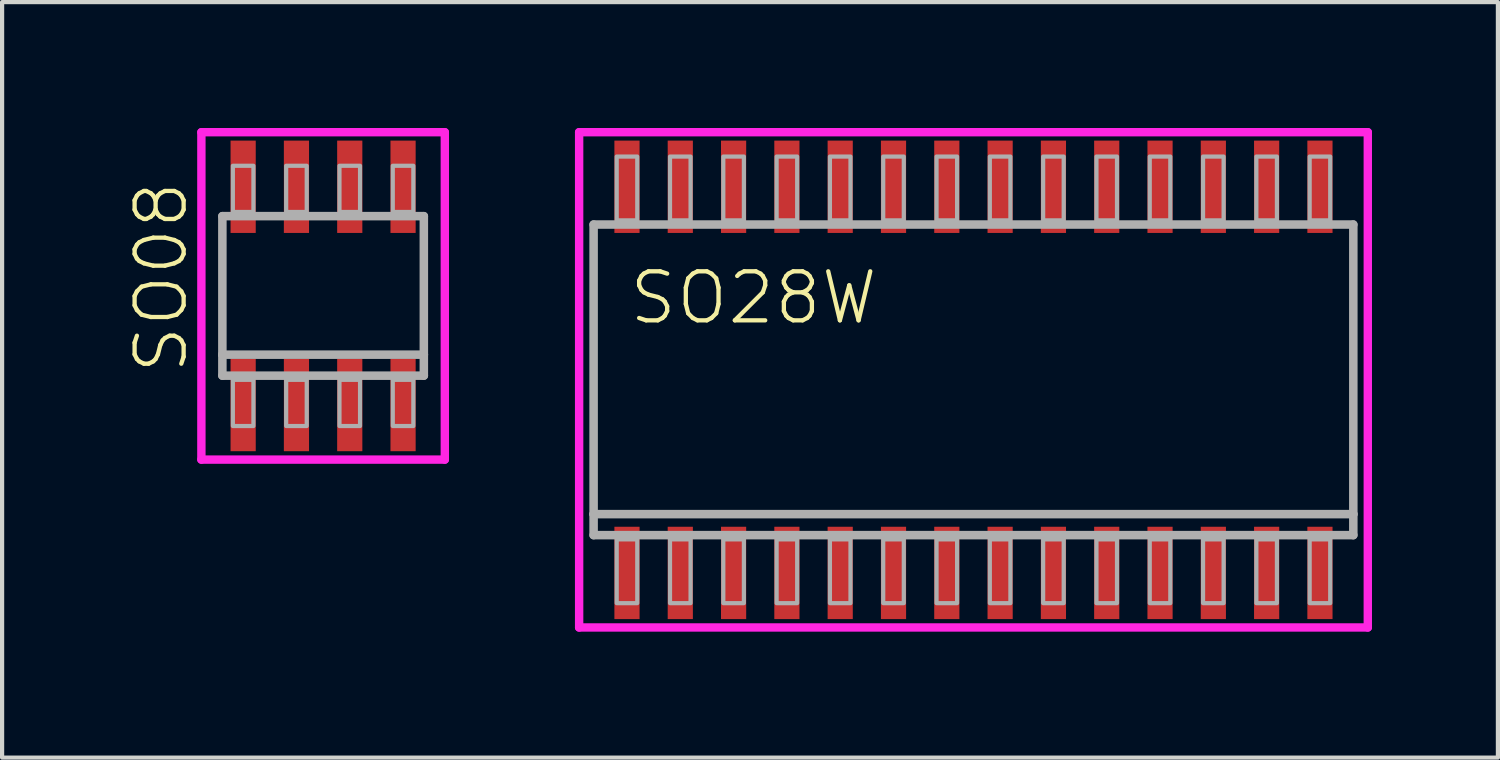
<source format=kicad_pcb>
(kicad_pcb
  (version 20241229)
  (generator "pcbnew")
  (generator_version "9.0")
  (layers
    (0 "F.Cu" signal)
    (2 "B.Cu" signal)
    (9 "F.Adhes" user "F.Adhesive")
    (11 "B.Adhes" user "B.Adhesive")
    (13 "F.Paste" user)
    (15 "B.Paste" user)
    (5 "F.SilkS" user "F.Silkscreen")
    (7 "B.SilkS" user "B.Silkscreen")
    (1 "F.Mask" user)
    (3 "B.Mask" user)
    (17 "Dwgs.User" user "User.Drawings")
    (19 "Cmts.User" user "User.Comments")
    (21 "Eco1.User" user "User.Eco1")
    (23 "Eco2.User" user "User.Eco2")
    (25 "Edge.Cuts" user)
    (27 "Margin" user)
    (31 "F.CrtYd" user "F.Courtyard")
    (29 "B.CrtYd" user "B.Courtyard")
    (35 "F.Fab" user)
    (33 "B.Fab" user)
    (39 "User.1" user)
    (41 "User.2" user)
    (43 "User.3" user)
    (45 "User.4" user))
  (footprint "SO28W"
    (layer "F.Cu")
    (at 20.143 6)
    (property "Reference" "SO28W" (at -8.255 -1.27 0) (unlocked yes) (layer "F.SilkS") (effects (font (size 1.168 1.168) (thickness 0.102)) (justify left bottom)))
    (fp_line (start -9.395 -5.9) (end 9.395 -5.9) (stroke (width 0.2) (type solid)) (layer "F.CrtYd"))
    (fp_line (start -9.395 5.9) (end -9.395 -5.9) (stroke (width 0.2) (type solid)) (layer "F.CrtYd"))
    (fp_line (start 9.395 -5.9) (end 9.395 5.9) (stroke (width 0.2) (type solid)) (layer "F.CrtYd"))
    (fp_line (start 9.395 5.9) (end -9.395 5.9) (stroke (width 0.2) (type solid)) (layer "F.CrtYd"))
    (fp_line (start -9.05 -3.7) (end 9.05 -3.7) (stroke (width 0.203) (type solid)) (layer "F.Fab"))
    (fp_line (start -9.05 3.2) (end -9.05 -3.7) (stroke (width 0.203) (type solid)) (layer "F.Fab"))
    (fp_line (start -9.05 3.7) (end -9.05 3.2) (stroke (width 0.203) (type solid)) (layer "F.Fab"))
    (fp_line (start 9.05 -3.7) (end 9.05 3.2) (stroke (width 0.203) (type solid)) (layer "F.Fab"))
    (fp_line (start 9.05 3.2) (end -9.05 3.2) (stroke (width 0.203) (type solid)) (layer "F.Fab"))
    (fp_line (start 9.05 3.2) (end 9.05 3.7) (stroke (width 0.203) (type solid)) (layer "F.Fab"))
    (fp_line (start 9.05 3.7) (end -9.05 3.7) (stroke (width 0.203) (type solid)) (layer "F.Fab"))
    (fp_poly (pts (xy -8.5 -3.8) (xy -8.01 -3.8) (xy -8.01 -5.32) (xy -8.5 -5.32)) (stroke (width 0.1) (type default)) (fill no) (layer "F.Fab"))
    (fp_poly (pts (xy -8.5 5.32) (xy -8.01 5.32) (xy -8.01 3.8) (xy -8.5 3.8)) (stroke (width 0.1) (type default)) (fill no) (layer "F.Fab"))
    (fp_poly (pts (xy -7.23 -3.8) (xy -6.74 -3.8) (xy -6.74 -5.32) (xy -7.23 -5.32)) (stroke (width 0.1) (type default)) (fill no) (layer "F.Fab"))
    (fp_poly (pts (xy -7.23 5.32) (xy -6.74 5.32) (xy -6.74 3.8) (xy -7.23 3.8)) (stroke (width 0.1) (type default)) (fill no) (layer "F.Fab"))
    (fp_poly (pts (xy -5.96 -3.8) (xy -5.47 -3.8) (xy -5.47 -5.32) (xy -5.96 -5.32)) (stroke (width 0.1) (type default)) (fill no) (layer "F.Fab"))
    (fp_poly (pts (xy -5.96 5.32) (xy -5.47 5.32) (xy -5.47 3.8) (xy -5.96 3.8)) (stroke (width 0.1) (type default)) (fill no) (layer "F.Fab"))
    (fp_poly (pts (xy -4.69 -3.8) (xy -4.2 -3.8) (xy -4.2 -5.32) (xy -4.69 -5.32)) (stroke (width 0.1) (type default)) (fill no) (layer "F.Fab"))
    (fp_poly (pts (xy -4.69 5.32) (xy -4.2 5.32) (xy -4.2 3.8) (xy -4.69 3.8)) (stroke (width 0.1) (type default)) (fill no) (layer "F.Fab"))
    (fp_poly (pts (xy -3.42 -3.8) (xy -2.93 -3.8) (xy -2.93 -5.32) (xy -3.42 -5.32)) (stroke (width 0.1) (type default)) (fill no) (layer "F.Fab"))
    (fp_poly (pts (xy -3.42 5.32) (xy -2.93 5.32) (xy -2.93 3.8) (xy -3.42 3.8)) (stroke (width 0.1) (type default)) (fill no) (layer "F.Fab"))
    (fp_poly (pts (xy -2.15 -3.8) (xy -1.66 -3.8) (xy -1.66 -5.32) (xy -2.15 -5.32)) (stroke (width 0.1) (type default)) (fill no) (layer "F.Fab"))
    (fp_poly (pts (xy -2.15 5.32) (xy -1.66 5.32) (xy -1.66 3.8) (xy -2.15 3.8)) (stroke (width 0.1) (type default)) (fill no) (layer "F.Fab"))
    (fp_poly (pts (xy -0.88 -3.8) (xy -0.39 -3.8) (xy -0.39 -5.32) (xy -0.88 -5.32)) (stroke (width 0.1) (type default)) (fill no) (layer "F.Fab"))
    (fp_poly (pts (xy -0.88 5.32) (xy -0.39 5.32) (xy -0.39 3.8) (xy -0.88 3.8)) (stroke (width 0.1) (type default)) (fill no) (layer "F.Fab"))
    (fp_poly (pts (xy 0.39 -3.8) (xy 0.88 -3.8) (xy 0.88 -5.32) (xy 0.39 -5.32)) (stroke (width 0.1) (type default)) (fill no) (layer "F.Fab"))
    (fp_poly (pts (xy 0.39 5.32) (xy 0.88 5.32) (xy 0.88 3.8) (xy 0.39 3.8)) (stroke (width 0.1) (type default)) (fill no) (layer "F.Fab"))
    (fp_poly (pts (xy 1.66 -3.8) (xy 2.15 -3.8) (xy 2.15 -5.32) (xy 1.66 -5.32)) (stroke (width 0.1) (type default)) (fill no) (layer "F.Fab"))
    (fp_poly (pts (xy 1.66 5.32) (xy 2.15 5.32) (xy 2.15 3.8) (xy 1.66 3.8)) (stroke (width 0.1) (type default)) (fill no) (layer "F.Fab"))
    (fp_poly (pts (xy 2.93 -3.8) (xy 3.42 -3.8) (xy 3.42 -5.32) (xy 2.93 -5.32)) (stroke (width 0.1) (type default)) (fill no) (layer "F.Fab"))
    (fp_poly (pts (xy 2.93 5.32) (xy 3.42 5.32) (xy 3.42 3.8) (xy 2.93 3.8)) (stroke (width 0.1) (type default)) (fill no) (layer "F.Fab"))
    (fp_poly (pts (xy 4.2 -3.8) (xy 4.69 -3.8) (xy 4.69 -5.32) (xy 4.2 -5.32)) (stroke (width 0.1) (type default)) (fill no) (layer "F.Fab"))
    (fp_poly (pts (xy 4.2 5.32) (xy 4.69 5.32) (xy 4.69 3.8) (xy 4.2 3.8)) (stroke (width 0.1) (type default)) (fill no) (layer "F.Fab"))
    (fp_poly (pts (xy 5.47 -3.8) (xy 5.96 -3.8) (xy 5.96 -5.32) (xy 5.47 -5.32)) (stroke (width 0.1) (type default)) (fill no) (layer "F.Fab"))
    (fp_poly (pts (xy 5.47 5.32) (xy 5.96 5.32) (xy 5.96 3.8) (xy 5.47 3.8)) (stroke (width 0.1) (type default)) (fill no) (layer "F.Fab"))
    (fp_poly (pts (xy 6.74 -3.8) (xy 7.23 -3.8) (xy 7.23 -5.32) (xy 6.74 -5.32)) (stroke (width 0.1) (type default)) (fill no) (layer "F.Fab"))
    (fp_poly (pts (xy 6.74 5.32) (xy 7.23 5.32) (xy 7.23 3.8) (xy 6.74 3.8)) (stroke (width 0.1) (type default)) (fill no) (layer "F.Fab"))
    (fp_poly (pts (xy 8.01 -3.8) (xy 8.5 -3.8) (xy 8.5 -5.32) (xy 8.01 -5.32)) (stroke (width 0.1) (type default)) (fill no) (layer "F.Fab"))
    (fp_poly (pts (xy 8.01 5.32) (xy 8.5 5.32) (xy 8.5 3.8) (xy 8.01 3.8)) (stroke (width 0.1) (type default)) (fill no) (layer "F.Fab"))
    (pad "1" smd rect (at -8.255 4.6) (size 0.6 2.2) (layers "F.Cu" "F.Mask" "F.Paste"))
    (pad "2" smd rect (at -6.985 4.6) (size 0.6 2.2) (layers "F.Cu" "F.Mask" "F.Paste"))
    (pad "3" smd rect (at -5.715 4.6) (size 0.6 2.2) (layers "F.Cu" "F.Mask" "F.Paste"))
    (pad "4" smd rect (at -4.445 4.6) (size 0.6 2.2) (layers "F.Cu" "F.Mask" "F.Paste"))
    (pad "5" smd rect (at -3.175 4.6) (size 0.6 2.2) (layers "F.Cu" "F.Mask" "F.Paste"))
    (pad "6" smd rect (at -1.905 4.6) (size 0.6 2.2) (layers "F.Cu" "F.Mask" "F.Paste"))
    (pad "7" smd rect (at -0.635 4.6) (size 0.6 2.2) (layers "F.Cu" "F.Mask" "F.Paste"))
    (pad "8" smd rect (at 0.635 4.6) (size 0.6 2.2) (layers "F.Cu" "F.Mask" "F.Paste"))
    (pad "9" smd rect (at 1.905 4.6) (size 0.6 2.2) (layers "F.Cu" "F.Mask" "F.Paste"))
    (pad "10" smd rect (at 3.175 4.6) (size 0.6 2.2) (layers "F.Cu" "F.Mask" "F.Paste"))
    (pad "11" smd rect (at 4.445 4.6) (size 0.6 2.2) (layers "F.Cu" "F.Mask" "F.Paste"))
    (pad "12" smd rect (at 5.715 4.6) (size 0.6 2.2) (layers "F.Cu" "F.Mask" "F.Paste"))
    (pad "13" smd rect (at 6.985 4.6) (size 0.6 2.2) (layers "F.Cu" "F.Mask" "F.Paste"))
    (pad "14" smd rect (at 8.255 4.6) (size 0.6 2.2) (layers "F.Cu" "F.Mask" "F.Paste"))
    (pad "15" smd rect (at 8.255 -4.6) (size 0.6 2.2) (layers "F.Cu" "F.Mask" "F.Paste"))
    (pad "16" smd rect (at 6.985 -4.6) (size 0.6 2.2) (layers "F.Cu" "F.Mask" "F.Paste"))
    (pad "17" smd rect (at 5.715 -4.6) (size 0.6 2.2) (layers "F.Cu" "F.Mask" "F.Paste"))
    (pad "18" smd rect (at 4.445 -4.6) (size 0.6 2.2) (layers "F.Cu" "F.Mask" "F.Paste"))
    (pad "19" smd rect (at 3.175 -4.6) (size 0.6 2.2) (layers "F.Cu" "F.Mask" "F.Paste"))
    (pad "20" smd rect (at 1.905 -4.6) (size 0.6 2.2) (layers "F.Cu" "F.Mask" "F.Paste"))
    (pad "21" smd rect (at 0.635 -4.6) (size 0.6 2.2) (layers "F.Cu" "F.Mask" "F.Paste"))
    (pad "22" smd rect (at -0.635 -4.6) (size 0.6 2.2) (layers "F.Cu" "F.Mask" "F.Paste"))
    (pad "23" smd rect (at -1.905 -4.6) (size 0.6 2.2) (layers "F.Cu" "F.Mask" "F.Paste"))
    (pad "24" smd rect (at -3.175 -4.6) (size 0.6 2.2) (layers "F.Cu" "F.Mask" "F.Paste"))
    (pad "25" smd rect (at -4.445 -4.6) (size 0.6 2.2) (layers "F.Cu" "F.Mask" "F.Paste"))
    (pad "26" smd rect (at -5.715 -4.6) (size 0.6 2.2) (layers "F.Cu" "F.Mask" "F.Paste"))
    (pad "27" smd rect (at -6.985 -4.6) (size 0.6 2.2) (layers "F.Cu" "F.Mask" "F.Paste"))
    (pad "28" smd rect (at -8.255 -4.6) (size 0.6 2.2) (layers "F.Cu" "F.Mask" "F.Paste")))
  (footprint "SO08"
    (layer "F.Cu")
    (at 4.648 4)
    (property "Reference" "SO08" (at -3.175 1.905 90) (unlocked yes) (layer "F.SilkS") (effects (font (size 1.168 1.168) (thickness 0.102)) (justify left bottom)))
    (fp_line (start -2.9 -3.9) (end 2.9 -3.9) (stroke (width 0.2) (type solid)) (layer "F.CrtYd"))
    (fp_line (start -2.9 3.9) (end -2.9 -3.9) (stroke (width 0.2) (type solid)) (layer "F.CrtYd"))
    (fp_line (start 2.9 -3.9) (end 2.9 3.9) (stroke (width 0.2) (type solid)) (layer "F.CrtYd"))
    (fp_line (start 2.9 3.9) (end -2.9 3.9) (stroke (width 0.2) (type solid)) (layer "F.CrtYd"))
    (fp_line (start -2.4 -1.9) (end 2.4 -1.9) (stroke (width 0.203) (type solid)) (layer "F.Fab"))
    (fp_line (start -2.4 1.4) (end -2.4 -1.9) (stroke (width 0.203) (type solid)) (layer "F.Fab"))
    (fp_line (start -2.4 1.9) (end -2.4 1.4) (stroke (width 0.203) (type solid)) (layer "F.Fab"))
    (fp_line (start 2.4 -1.9) (end 2.4 1.4) (stroke (width 0.203) (type solid)) (layer "F.Fab"))
    (fp_line (start 2.4 1.4) (end -2.4 1.4) (stroke (width 0.203) (type solid)) (layer "F.Fab"))
    (fp_line (start 2.4 1.4) (end 2.4 1.9) (stroke (width 0.203) (type solid)) (layer "F.Fab"))
    (fp_line (start 2.4 1.9) (end -2.4 1.9) (stroke (width 0.203) (type solid)) (layer "F.Fab"))
    (fp_poly (pts (xy -2.15 -2) (xy -1.66 -2) (xy -1.66 -3.1) (xy -2.15 -3.1)) (stroke (width 0.1) (type default)) (fill no) (layer "F.Fab"))
    (fp_poly (pts (xy -2.15 3.1) (xy -1.66 3.1) (xy -1.66 2) (xy -2.15 2)) (stroke (width 0.1) (type default)) (fill no) (layer "F.Fab"))
    (fp_poly (pts (xy -0.88 -2) (xy -0.39 -2) (xy -0.39 -3.1) (xy -0.88 -3.1)) (stroke (width 0.1) (type default)) (fill no) (layer "F.Fab"))
    (fp_poly (pts (xy -0.88 3.1) (xy -0.39 3.1) (xy -0.39 2) (xy -0.88 2)) (stroke (width 0.1) (type default)) (fill no) (layer "F.Fab"))
    (fp_poly (pts (xy 0.39 -2) (xy 0.88 -2) (xy 0.88 -3.1) (xy 0.39 -3.1)) (stroke (width 0.1) (type default)) (fill no) (layer "F.Fab"))
    (fp_poly (pts (xy 0.39 3.1) (xy 0.88 3.1) (xy 0.88 2) (xy 0.39 2)) (stroke (width 0.1) (type default)) (fill no) (layer "F.Fab"))
    (fp_poly (pts (xy 1.66 -2) (xy 2.15 -2) (xy 2.15 -3.1) (xy 1.66 -3.1)) (stroke (width 0.1) (type default)) (fill no) (layer "F.Fab"))
    (fp_poly (pts (xy 1.66 3.1) (xy 2.15 3.1) (xy 2.15 2) (xy 1.66 2)) (stroke (width 0.1) (type default)) (fill no) (layer "F.Fab"))
    (pad "1" smd rect (at -1.905 2.6) (size 0.6 2.2) (layers "F.Cu" "F.Mask" "F.Paste"))
    (pad "2" smd rect (at -0.635 2.6) (size 0.6 2.2) (layers "F.Cu" "F.Mask" "F.Paste"))
    (pad "3" smd rect (at 0.635 2.6) (size 0.6 2.2) (layers "F.Cu" "F.Mask" "F.Paste"))
    (pad "4" smd rect (at 1.905 2.6) (size 0.6 2.2) (layers "F.Cu" "F.Mask" "F.Paste"))
    (pad "5" smd rect (at 1.905 -2.6) (size 0.6 2.2) (layers "F.Cu" "F.Mask" "F.Paste"))
    (pad "6" smd rect (at 0.635 -2.6) (size 0.6 2.2) (layers "F.Cu" "F.Mask" "F.Paste"))
    (pad "7" smd rect (at -0.635 -2.6) (size 0.6 2.2) (layers "F.Cu" "F.Mask" "F.Paste"))
    (pad "8" smd rect (at -1.905 -2.6) (size 0.6 2.2) (layers "F.Cu" "F.Mask" "F.Paste")))
  (gr_rect
    (start -3 -3)
    (end 32.638 15)
    (stroke (width 0.1) (type default))
    (fill no)
    (layer "Edge.Cuts")))
</source>
